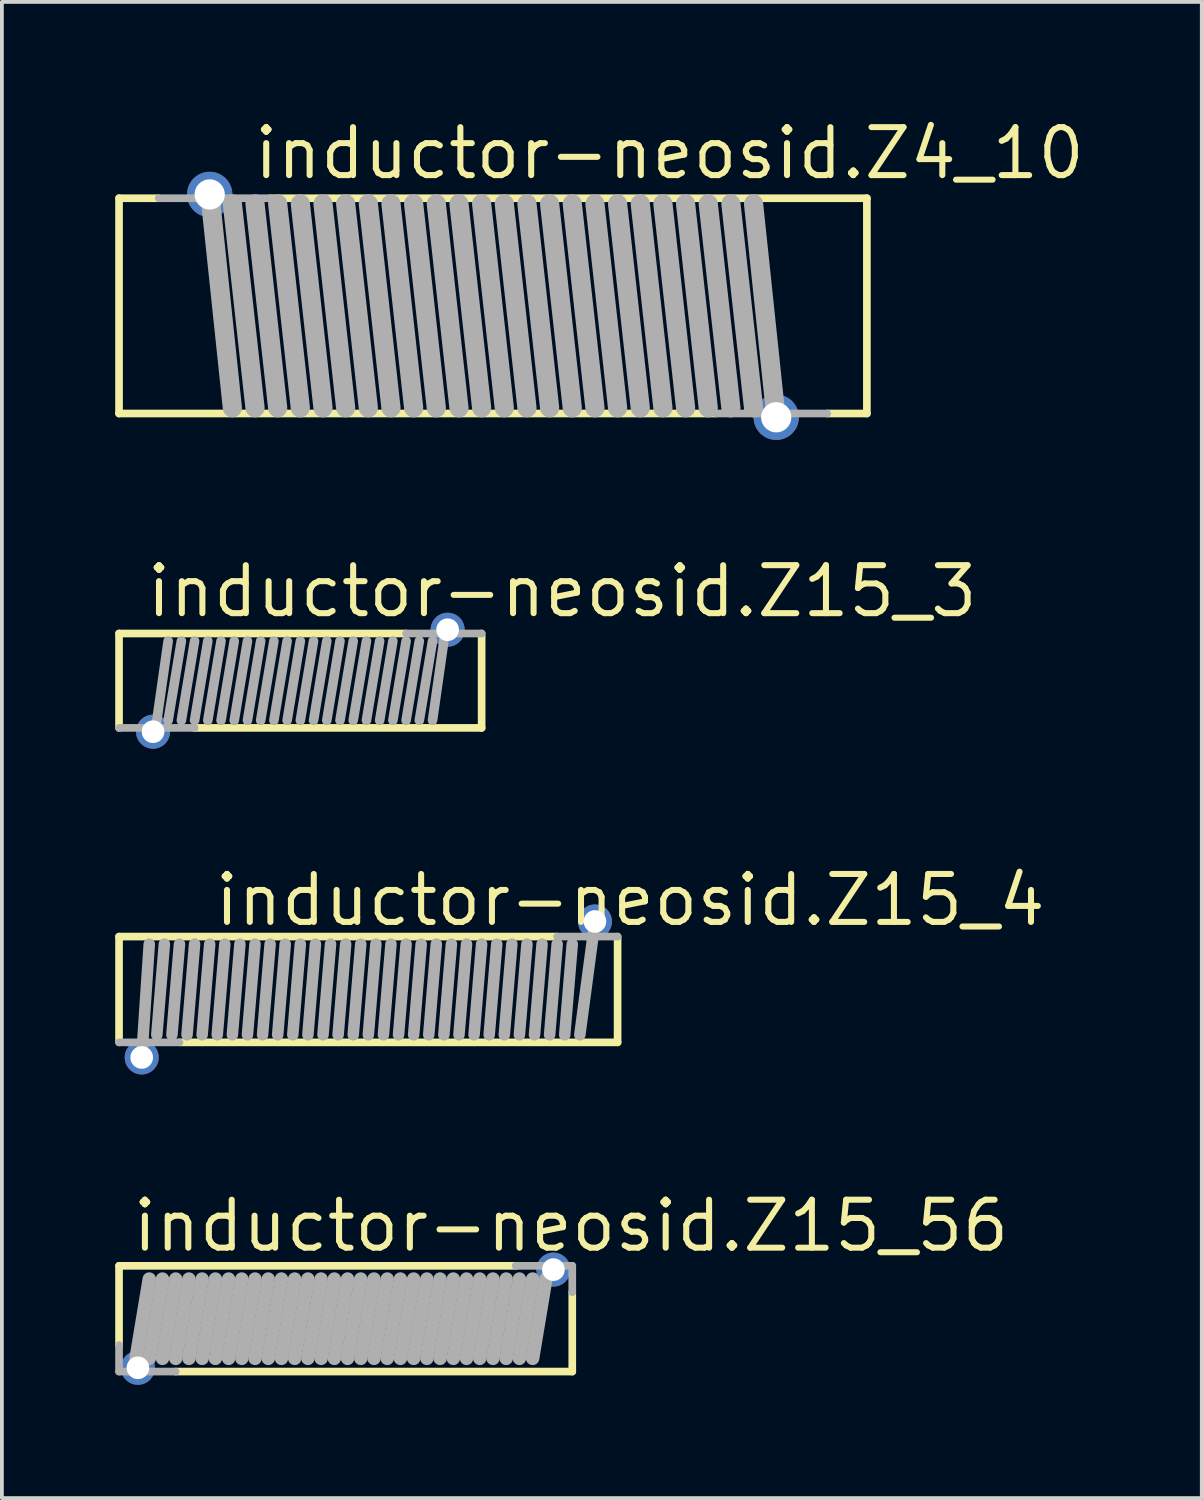
<source format=kicad_pcb>
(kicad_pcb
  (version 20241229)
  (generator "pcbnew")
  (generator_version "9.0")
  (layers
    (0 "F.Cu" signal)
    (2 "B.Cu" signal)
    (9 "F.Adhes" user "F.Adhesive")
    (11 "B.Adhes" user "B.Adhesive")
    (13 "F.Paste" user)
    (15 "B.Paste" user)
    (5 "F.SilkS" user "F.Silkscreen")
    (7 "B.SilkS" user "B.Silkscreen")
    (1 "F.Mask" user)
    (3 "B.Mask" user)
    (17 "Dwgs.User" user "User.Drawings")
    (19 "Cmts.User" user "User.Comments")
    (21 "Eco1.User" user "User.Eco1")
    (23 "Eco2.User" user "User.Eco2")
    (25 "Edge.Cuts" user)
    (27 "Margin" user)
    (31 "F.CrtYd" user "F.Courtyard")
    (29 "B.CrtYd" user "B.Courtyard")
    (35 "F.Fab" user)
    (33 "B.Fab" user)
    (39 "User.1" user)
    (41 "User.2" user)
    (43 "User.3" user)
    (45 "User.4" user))
  (footprint "inductor-neosid.Z15_56"
    (layer "F.Cu")
    (at 6.102 31.865)
    (property "Reference" "inductor-neosid.Z15_56" (at -5.723 -1.717 0) (layer "F.SilkS") (effects (font (size 1.27 1.27) (thickness 0.16)) (justify left bottom)))
    (attr through_hole)
    (fp_line (start -6 -1.4) (end -6 0.7) (stroke (width 0.203) (type default)) (layer "F.SilkS"))
    (fp_line (start -4.5 1.4) (end 6 1.4) (stroke (width 0.203) (type default)) (layer "F.SilkS"))
    (fp_line (start 4.5 -1.4) (end -6 -1.4) (stroke (width 0.203) (type default)) (layer "F.SilkS"))
    (fp_line (start 6 1.4) (end 6 -0.7) (stroke (width 0.203) (type default)) (layer "F.SilkS"))
    (fp_line (start -6 0.7) (end -6 1.4) (stroke (width 0.203) (type default)) (layer "F.Fab"))
    (fp_line (start -6 1.4) (end -4.5 1.4) (stroke (width 0.203) (type default)) (layer "F.Fab"))
    (fp_line (start -5.55 1.05) (end -5.2 -1.05) (stroke (width 0.356) (type default)) (layer "F.Fab"))
    (fp_line (start -5.2 1.05) (end -4.85 -1.05) (stroke (width 0.356) (type default)) (layer "F.Fab"))
    (fp_line (start -4.85 1.05) (end -4.5 -1.05) (stroke (width 0.356) (type default)) (layer "F.Fab"))
    (fp_line (start -4.5 1.05) (end -4.15 -1.05) (stroke (width 0.356) (type default)) (layer "F.Fab"))
    (fp_line (start -4.15 1.05) (end -3.8 -1.05) (stroke (width 0.356) (type default)) (layer "F.Fab"))
    (fp_line (start -3.8 1.05) (end -3.45 -1.05) (stroke (width 0.356) (type default)) (layer "F.Fab"))
    (fp_line (start -3.45 1.05) (end -3.1 -1.05) (stroke (width 0.356) (type default)) (layer "F.Fab"))
    (fp_line (start -3.1 1.05) (end -2.75 -1.05) (stroke (width 0.356) (type default)) (layer "F.Fab"))
    (fp_line (start -2.75 1.05) (end -2.4 -1.05) (stroke (width 0.356) (type default)) (layer "F.Fab"))
    (fp_line (start -2.4 1.05) (end -2.05 -1.05) (stroke (width 0.356) (type default)) (layer "F.Fab"))
    (fp_line (start -2.05 1.05) (end -1.7 -1.05) (stroke (width 0.356) (type default)) (layer "F.Fab"))
    (fp_line (start -1.7 1.05) (end -1.35 -1.05) (stroke (width 0.356) (type default)) (layer "F.Fab"))
    (fp_line (start -1.35 1.05) (end -1 -1.05) (stroke (width 0.356) (type default)) (layer "F.Fab"))
    (fp_line (start -1 1.05) (end -0.65 -1.05) (stroke (width 0.356) (type default)) (layer "F.Fab"))
    (fp_line (start -0.65 1.05) (end -0.3 -1.05) (stroke (width 0.356) (type default)) (layer "F.Fab"))
    (fp_line (start -0.3 1.05) (end 0.05 -1.05) (stroke (width 0.356) (type default)) (layer "F.Fab"))
    (fp_line (start 0.05 1.05) (end 0.4 -1.05) (stroke (width 0.356) (type default)) (layer "F.Fab"))
    (fp_line (start 0.4 1.05) (end 0.75 -1.05) (stroke (width 0.356) (type default)) (layer "F.Fab"))
    (fp_line (start 0.75 1.05) (end 1.1 -1.05) (stroke (width 0.356) (type default)) (layer "F.Fab"))
    (fp_line (start 1.1 1.05) (end 1.45 -1.05) (stroke (width 0.356) (type default)) (layer "F.Fab"))
    (fp_line (start 1.45 1.05) (end 1.8 -1.05) (stroke (width 0.356) (type default)) (layer "F.Fab"))
    (fp_line (start 1.8 1.05) (end 2.15 -1.05) (stroke (width 0.356) (type default)) (layer "F.Fab"))
    (fp_line (start 2.15 1.05) (end 2.5 -1.05) (stroke (width 0.356) (type default)) (layer "F.Fab"))
    (fp_line (start 2.5 1.05) (end 2.85 -1.05) (stroke (width 0.356) (type default)) (layer "F.Fab"))
    (fp_line (start 2.85 1.05) (end 3.2 -1.05) (stroke (width 0.356) (type default)) (layer "F.Fab"))
    (fp_line (start 3.2 1.05) (end 3.55 -1.05) (stroke (width 0.356) (type default)) (layer "F.Fab"))
    (fp_line (start 3.55 1.05) (end 3.9 -1.05) (stroke (width 0.356) (type default)) (layer "F.Fab"))
    (fp_line (start 3.9 1.05) (end 4.25 -1.05) (stroke (width 0.356) (type default)) (layer "F.Fab"))
    (fp_line (start 4.25 1.05) (end 4.6 -1.05) (stroke (width 0.356) (type default)) (layer "F.Fab"))
    (fp_line (start 4.6 1.05) (end 4.95 -1.05) (stroke (width 0.356) (type default)) (layer "F.Fab"))
    (fp_line (start 4.95 1.05) (end 5.3 -1.05) (stroke (width 0.356) (type default)) (layer "F.Fab"))
    (fp_line (start 6 -1.4) (end 4.5 -1.4) (stroke (width 0.203) (type default)) (layer "F.Fab"))
    (fp_line (start 6 -0.7) (end 6 -1.4) (stroke (width 0.203) (type default)) (layer "F.Fab"))
    (pad "1" thru_hole circle (at -5.5 1.3) (size 0.9 0.9) (drill 0.6) (layers "*.Cu" "*.Mask"))
    (pad "2" thru_hole circle (at 5.5 -1.3) (size 0.9 0.9) (drill 0.6) (layers "*.Cu" "*.Mask")))
  (footprint "inductor-neosid.Z4_10"
    (layer "F.Cu")
    (at 10.002 5.048)
    (property "Reference" "inductor-neosid.Z4_10" (at -6.411 -3.298 0) (layer "F.SilkS") (effects (font (size 1.27 1.27) (thickness 0.16)) (justify left bottom)))
    (attr through_hole)
    (fp_line (start -9.9 -2.85) (end -8.85 -2.85) (stroke (width 0.203) (type default)) (layer "F.SilkS"))
    (fp_line (start -9.9 2.85) (end -9.9 -2.85) (stroke (width 0.203) (type default)) (layer "F.SilkS"))
    (fp_line (start -5.9 -2.85) (end 9.9 -2.85) (stroke (width 0.203) (type default)) (layer "F.SilkS"))
    (fp_line (start 5.9 2.85) (end -9.9 2.85) (stroke (width 0.203) (type default)) (layer "F.SilkS"))
    (fp_line (start 9.9 -2.85) (end 9.9 2.85) (stroke (width 0.203) (type default)) (layer "F.SilkS"))
    (fp_line (start 9.9 2.85) (end 8.85 2.85) (stroke (width 0.203) (type default)) (layer "F.SilkS"))
    (fp_line (start -8.85 -2.85) (end -5.9 -2.85) (stroke (width 0.203) (type default)) (layer "F.Fab"))
    (fp_line (start -6.9 2.7) (end -7.5 -3) (stroke (width 0.508) (type default)) (layer "F.Fab"))
    (fp_line (start -6.3 2.7) (end -6.9 -2.7) (stroke (width 0.508) (type default)) (layer "F.Fab"))
    (fp_line (start -5.7 2.7) (end -6.3 -2.7) (stroke (width 0.508) (type default)) (layer "F.Fab"))
    (fp_line (start -5.1 2.7) (end -5.7 -2.7) (stroke (width 0.508) (type default)) (layer "F.Fab"))
    (fp_line (start -4.5 2.7) (end -5.1 -2.7) (stroke (width 0.508) (type default)) (layer "F.Fab"))
    (fp_line (start -3.9 2.7) (end -4.5 -2.7) (stroke (width 0.508) (type default)) (layer "F.Fab"))
    (fp_line (start -3.3 2.7) (end -3.9 -2.7) (stroke (width 0.508) (type default)) (layer "F.Fab"))
    (fp_line (start -2.7 2.7) (end -3.3 -2.7) (stroke (width 0.508) (type default)) (layer "F.Fab"))
    (fp_line (start -2.1 2.7) (end -2.7 -2.7) (stroke (width 0.508) (type default)) (layer "F.Fab"))
    (fp_line (start -1.5 2.7) (end -2.1 -2.7) (stroke (width 0.508) (type default)) (layer "F.Fab"))
    (fp_line (start -0.9 2.7) (end -1.5 -2.7) (stroke (width 0.508) (type default)) (layer "F.Fab"))
    (fp_line (start -0.3 2.7) (end -0.9 -2.7) (stroke (width 0.508) (type default)) (layer "F.Fab"))
    (fp_line (start 0.3 2.7) (end -0.3 -2.7) (stroke (width 0.508) (type default)) (layer "F.Fab"))
    (fp_line (start 0.9 2.7) (end 0.3 -2.7) (stroke (width 0.508) (type default)) (layer "F.Fab"))
    (fp_line (start 1.5 2.7) (end 0.9 -2.7) (stroke (width 0.508) (type default)) (layer "F.Fab"))
    (fp_line (start 2.1 2.7) (end 1.5 -2.7) (stroke (width 0.508) (type default)) (layer "F.Fab"))
    (fp_line (start 2.7 2.7) (end 2.1 -2.7) (stroke (width 0.508) (type default)) (layer "F.Fab"))
    (fp_line (start 3.3 2.7) (end 2.7 -2.7) (stroke (width 0.508) (type default)) (layer "F.Fab"))
    (fp_line (start 3.9 2.7) (end 3.3 -2.7) (stroke (width 0.508) (type default)) (layer "F.Fab"))
    (fp_line (start 4.5 2.7) (end 3.9 -2.7) (stroke (width 0.508) (type default)) (layer "F.Fab"))
    (fp_line (start 5.1 2.7) (end 4.5 -2.7) (stroke (width 0.508) (type default)) (layer "F.Fab"))
    (fp_line (start 5.7 2.7) (end 5.1 -2.7) (stroke (width 0.508) (type default)) (layer "F.Fab"))
    (fp_line (start 6.3 2.7) (end 5.7 -2.7) (stroke (width 0.508) (type default)) (layer "F.Fab"))
    (fp_line (start 6.9 2.7) (end 6.3 -2.7) (stroke (width 0.508) (type default)) (layer "F.Fab"))
    (fp_line (start 7.5 3) (end 6.9 -2.7) (stroke (width 0.508) (type default)) (layer "F.Fab"))
    (fp_line (start 8.85 2.85) (end 5.9 2.85) (stroke (width 0.203) (type default)) (layer "F.Fab"))
    (pad "1" thru_hole circle (at 7.5 2.95) (size 1.2 1.2) (drill 0.8) (layers "*.Cu" "*.Mask"))
    (pad "2" thru_hole circle (at -7.5 -2.95) (size 1.2 1.2) (drill 0.8) (layers "*.Cu" "*.Mask")))
  (footprint "inductor-neosid.Z15_3"
    (layer "F.Cu")
    (at 4.902 14.973)
    (property "Reference" "inductor-neosid.Z15_3" (at -4.15 -1.625 0) (layer "F.SilkS") (effects (font (size 1.27 1.27) (thickness 0.16)) (justify left bottom)))
    (attr through_hole)
    (fp_line (start -4.8 -1.25) (end -4.8 1.25) (stroke (width 0.203) (type default)) (layer "F.SilkS"))
    (fp_line (start -2.8 1.25) (end 4.8 1.25) (stroke (width 0.203) (type default)) (layer "F.SilkS"))
    (fp_line (start 2.8 -1.25) (end -4.8 -1.25) (stroke (width 0.203) (type default)) (layer "F.SilkS"))
    (fp_line (start 4.8 1.25) (end 4.8 -1.25) (stroke (width 0.203) (type default)) (layer "F.SilkS"))
    (fp_line (start -4.8 1.25) (end -2.8 1.25) (stroke (width 0.203) (type default)) (layer "F.Fab"))
    (fp_line (start -3.85 1.4) (end -3.5 -1.05) (stroke (width 0.254) (type default)) (layer "F.Fab"))
    (fp_line (start -3.5 1.05) (end -3.15 -1.05) (stroke (width 0.254) (type default)) (layer "F.Fab"))
    (fp_line (start -3.15 1.05) (end -2.8 -1.05) (stroke (width 0.254) (type default)) (layer "F.Fab"))
    (fp_line (start -2.8 1.05) (end -2.45 -1.05) (stroke (width 0.254) (type default)) (layer "F.Fab"))
    (fp_line (start -2.45 1.05) (end -2.1 -1.05) (stroke (width 0.254) (type default)) (layer "F.Fab"))
    (fp_line (start -2.1 1.05) (end -1.75 -1.05) (stroke (width 0.254) (type default)) (layer "F.Fab"))
    (fp_line (start -1.75 1.05) (end -1.4 -1.05) (stroke (width 0.254) (type default)) (layer "F.Fab"))
    (fp_line (start -1.4 1.05) (end -1.05 -1.05) (stroke (width 0.254) (type default)) (layer "F.Fab"))
    (fp_line (start -1.05 1.05) (end -0.7 -1.05) (stroke (width 0.254) (type default)) (layer "F.Fab"))
    (fp_line (start -0.7 1.05) (end -0.35 -1.05) (stroke (width 0.254) (type default)) (layer "F.Fab"))
    (fp_line (start -0.35 1.05) (end 0 -1.05) (stroke (width 0.254) (type default)) (layer "F.Fab"))
    (fp_line (start 0 1.05) (end 0.35 -1.05) (stroke (width 0.254) (type default)) (layer "F.Fab"))
    (fp_line (start 0.35 1.05) (end 0.7 -1.05) (stroke (width 0.254) (type default)) (layer "F.Fab"))
    (fp_line (start 0.7 1.05) (end 1.05 -1.05) (stroke (width 0.254) (type default)) (layer "F.Fab"))
    (fp_line (start 1.05 1.05) (end 1.4 -1.05) (stroke (width 0.254) (type default)) (layer "F.Fab"))
    (fp_line (start 1.4 1.05) (end 1.75 -1.05) (stroke (width 0.254) (type default)) (layer "F.Fab"))
    (fp_line (start 1.75 1.05) (end 2.1 -1.05) (stroke (width 0.254) (type default)) (layer "F.Fab"))
    (fp_line (start 2.1 1.05) (end 2.45 -1.05) (stroke (width 0.254) (type default)) (layer "F.Fab"))
    (fp_line (start 2.45 1.05) (end 2.8 -1.05) (stroke (width 0.254) (type default)) (layer "F.Fab"))
    (fp_line (start 2.8 1.05) (end 3.15 -1.05) (stroke (width 0.254) (type default)) (layer "F.Fab"))
    (fp_line (start 3.15 1.05) (end 3.5 -1.05) (stroke (width 0.254) (type default)) (layer "F.Fab"))
    (fp_line (start 3.5 1.05) (end 3.85 -1.4) (stroke (width 0.254) (type default)) (layer "F.Fab"))
    (fp_line (start 4.8 -1.25) (end 2.8 -1.25) (stroke (width 0.203) (type default)) (layer "F.Fab"))
    (pad "1" thru_hole circle (at -3.9 1.35) (size 0.9 0.9) (drill 0.6) (layers "*.Cu" "*.Mask"))
    (pad "2" thru_hole circle (at 3.9 -1.35) (size 0.9 0.9) (drill 0.6) (layers "*.Cu" "*.Mask")))
  (footprint "inductor-neosid.Z15_4"
    (layer "F.Cu")
    (at 6.702 23.148)
    (property "Reference" "inductor-neosid.Z15_4" (at -4.15 -1.625 0) (layer "F.SilkS") (effects (font (size 1.27 1.27) (thickness 0.16)) (justify left bottom)))
    (attr through_hole)
    (fp_line (start -6.6 -1.4) (end -6.6 1.4) (stroke (width 0.203) (type default)) (layer "F.SilkS"))
    (fp_line (start -5 1.4) (end 6.6 1.4) (stroke (width 0.203) (type default)) (layer "F.SilkS"))
    (fp_line (start 5 -1.4) (end -6.6 -1.4) (stroke (width 0.203) (type default)) (layer "F.SilkS"))
    (fp_line (start 6.6 1.4) (end 6.6 -1.4) (stroke (width 0.203) (type default)) (layer "F.SilkS"))
    (fp_line (start -6.6 1.4) (end -5 1.4) (stroke (width 0.203) (type default)) (layer "F.Fab"))
    (fp_line (start -6 1.8) (end -5.8 -1.2) (stroke (width 0.305) (type default)) (layer "F.Fab"))
    (fp_line (start -5.6 1.2) (end -5.4 -1.2) (stroke (width 0.305) (type default)) (layer "F.Fab"))
    (fp_line (start -5.2 1.2) (end -5 -1.2) (stroke (width 0.305) (type default)) (layer "F.Fab"))
    (fp_line (start -4.8 1.2) (end -4.6 -1.2) (stroke (width 0.305) (type default)) (layer "F.Fab"))
    (fp_line (start -4.4 1.2) (end -4.2 -1.2) (stroke (width 0.305) (type default)) (layer "F.Fab"))
    (fp_line (start -4 1.2) (end -3.8 -1.2) (stroke (width 0.305) (type default)) (layer "F.Fab"))
    (fp_line (start -3.6 1.2) (end -3.4 -1.2) (stroke (width 0.305) (type default)) (layer "F.Fab"))
    (fp_line (start -3.2 1.2) (end -3 -1.2) (stroke (width 0.305) (type default)) (layer "F.Fab"))
    (fp_line (start -2.8 1.2) (end -2.6 -1.2) (stroke (width 0.305) (type default)) (layer "F.Fab"))
    (fp_line (start -2.4 1.2) (end -2.2 -1.2) (stroke (width 0.305) (type default)) (layer "F.Fab"))
    (fp_line (start -2 1.2) (end -1.8 -1.2) (stroke (width 0.305) (type default)) (layer "F.Fab"))
    (fp_line (start -1.6 1.2) (end -1.4 -1.2) (stroke (width 0.305) (type default)) (layer "F.Fab"))
    (fp_line (start -1.2 1.2) (end -1 -1.2) (stroke (width 0.305) (type default)) (layer "F.Fab"))
    (fp_line (start -0.8 1.2) (end -0.6 -1.2) (stroke (width 0.305) (type default)) (layer "F.Fab"))
    (fp_line (start -0.4 1.2) (end -0.2 -1.2) (stroke (width 0.305) (type default)) (layer "F.Fab"))
    (fp_line (start 0 1.2) (end 0.2 -1.2) (stroke (width 0.305) (type default)) (layer "F.Fab"))
    (fp_line (start 0.4 1.2) (end 0.6 -1.2) (stroke (width 0.305) (type default)) (layer "F.Fab"))
    (fp_line (start 0.8 1.2) (end 1 -1.2) (stroke (width 0.305) (type default)) (layer "F.Fab"))
    (fp_line (start 1.2 1.2) (end 1.4 -1.2) (stroke (width 0.305) (type default)) (layer "F.Fab"))
    (fp_line (start 1.6 1.2) (end 1.8 -1.2) (stroke (width 0.305) (type default)) (layer "F.Fab"))
    (fp_line (start 2 1.2) (end 2.2 -1.2) (stroke (width 0.305) (type default)) (layer "F.Fab"))
    (fp_line (start 2.4 1.2) (end 2.6 -1.2) (stroke (width 0.305) (type default)) (layer "F.Fab"))
    (fp_line (start 2.8 1.2) (end 3 -1.2) (stroke (width 0.305) (type default)) (layer "F.Fab"))
    (fp_line (start 3.2 1.2) (end 3.4 -1.2) (stroke (width 0.305) (type default)) (layer "F.Fab"))
    (fp_line (start 3.6 1.2) (end 3.8 -1.2) (stroke (width 0.305) (type default)) (layer "F.Fab"))
    (fp_line (start 4 1.2) (end 4.2 -1.2) (stroke (width 0.305) (type default)) (layer "F.Fab"))
    (fp_line (start 4.4 1.2) (end 4.6 -1.2) (stroke (width 0.305) (type default)) (layer "F.Fab"))
    (fp_line (start 4.8 1.2) (end 5 -1.2) (stroke (width 0.305) (type default)) (layer "F.Fab"))
    (fp_line (start 5.2 1.2) (end 5.4 -1.2) (stroke (width 0.305) (type default)) (layer "F.Fab"))
    (fp_line (start 6 -1.8) (end 5.6 1.2) (stroke (width 0.305) (type default)) (layer "F.Fab"))
    (fp_line (start 6.6 -1.4) (end 5 -1.4) (stroke (width 0.203) (type default)) (layer "F.Fab"))
    (pad "1" thru_hole circle (at -6 1.8) (size 0.9 0.9) (drill 0.6) (layers "*.Cu" "*.Mask"))
    (pad "2" thru_hole circle (at 6 -1.8) (size 0.9 0.9) (drill 0.6) (layers "*.Cu" "*.Mask")))
  (gr_rect
    (start -3 -3)
    (end 28.769 36.615)
    (stroke (width 0.1) (type default))
    (fill no)
    (layer "Edge.Cuts")))
</source>
